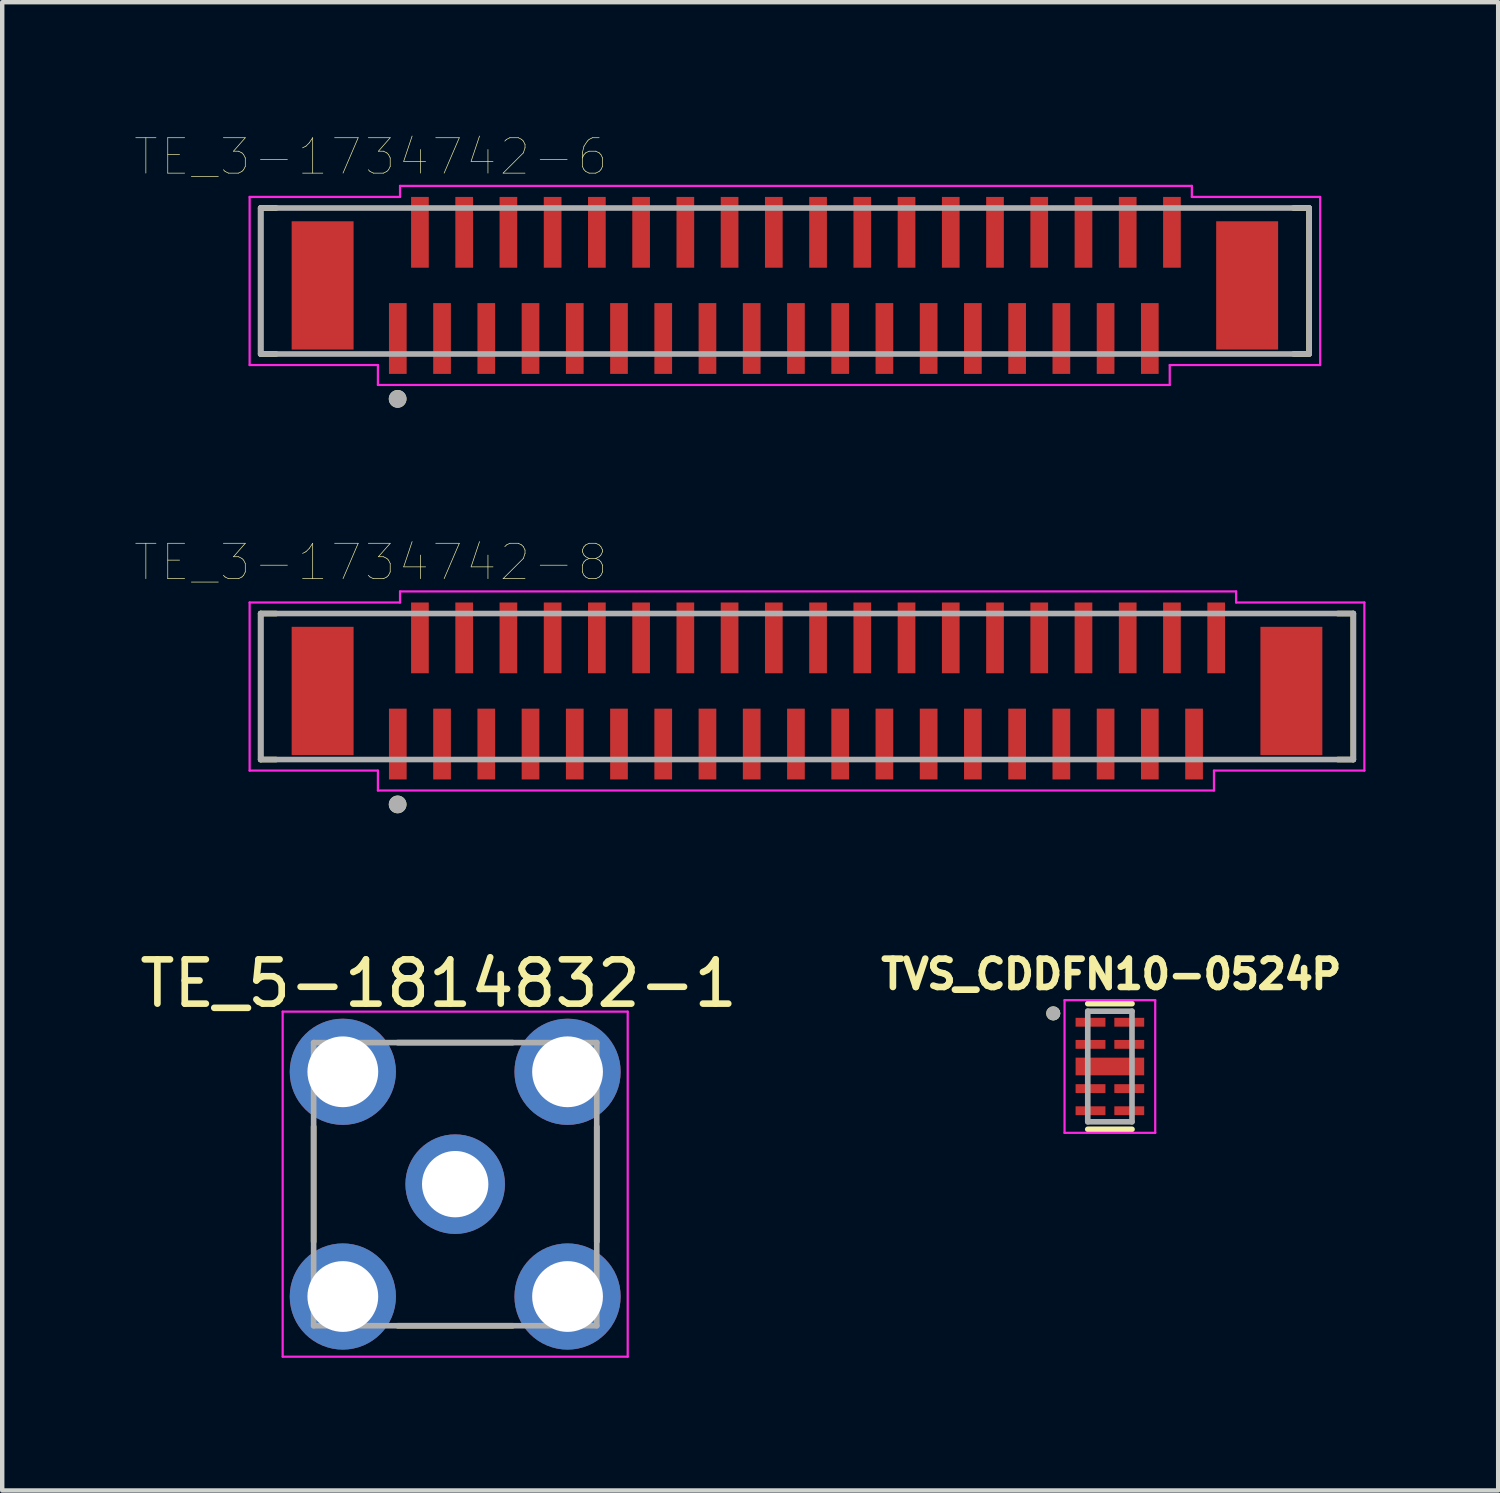
<source format=kicad_pcb>
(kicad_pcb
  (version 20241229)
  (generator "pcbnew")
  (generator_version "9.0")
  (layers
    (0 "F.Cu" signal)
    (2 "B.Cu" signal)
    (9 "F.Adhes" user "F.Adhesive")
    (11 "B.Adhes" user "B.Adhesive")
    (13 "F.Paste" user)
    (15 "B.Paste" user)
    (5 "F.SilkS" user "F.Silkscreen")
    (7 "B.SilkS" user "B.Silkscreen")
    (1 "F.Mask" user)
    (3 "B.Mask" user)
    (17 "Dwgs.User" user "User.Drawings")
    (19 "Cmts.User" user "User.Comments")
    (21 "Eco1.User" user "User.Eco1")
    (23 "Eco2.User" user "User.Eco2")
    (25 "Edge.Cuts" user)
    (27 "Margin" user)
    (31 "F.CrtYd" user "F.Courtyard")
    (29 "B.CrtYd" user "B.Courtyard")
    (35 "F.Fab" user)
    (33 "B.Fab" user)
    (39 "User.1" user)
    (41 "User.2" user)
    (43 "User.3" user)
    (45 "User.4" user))
  (footprint "TE_3-1734742-6"
    (layer "F.Cu")
    (at 14.693 3.402)
    (property "Reference" "TE_3-1734742-6" (at -9.36 -2.908 0) (layer "F.SilkS") (effects (font (size 0.8 0.8) (thickness 0.015))))
    (attr through_hole)
    (fp_line (start -11.85 -1.75) (end -11.85 1.55) (stroke (width 0.127) (type solid)) (layer "F.SilkS"))
    (fp_line (start -11.85 1.55) (end -11.5 1.55) (stroke (width 0.127) (type solid)) (layer "F.SilkS"))
    (fp_line (start -11.5 -1.75) (end -11.85 -1.75) (stroke (width 0.127) (type solid)) (layer "F.SilkS"))
    (fp_line (start 11.5 -1.75) (end 11.85 -1.75) (stroke (width 0.127) (type solid)) (layer "F.SilkS"))
    (fp_line (start 11.85 -1.75) (end 11.85 1.55) (stroke (width 0.127) (type solid)) (layer "F.SilkS"))
    (fp_line (start 11.85 1.55) (end 11.5 1.55) (stroke (width 0.127) (type solid)) (layer "F.SilkS"))
    (fp_circle (center -8.754 2.565) (end -8.654 2.565) (stroke (width 0.2) (type solid)) (fill no) (layer "F.SilkS"))
    (fp_line (start -12.1 -2) (end -8.7 -2) (stroke (width 0.05) (type solid)) (layer "F.CrtYd"))
    (fp_line (start -12.1 1.8) (end -12.1 -2) (stroke (width 0.05) (type solid)) (layer "F.CrtYd"))
    (fp_line (start -9.2 1.8) (end -12.1 1.8) (stroke (width 0.05) (type solid)) (layer "F.CrtYd"))
    (fp_line (start -9.2 2.25) (end -9.2 1.8) (stroke (width 0.05) (type solid)) (layer "F.CrtYd"))
    (fp_line (start -8.7 -2.25) (end 9.2 -2.25) (stroke (width 0.05) (type solid)) (layer "F.CrtYd"))
    (fp_line (start -8.7 -2) (end -8.7 -2.25) (stroke (width 0.05) (type solid)) (layer "F.CrtYd"))
    (fp_line (start 8.7 1.8) (end 8.7 2.25) (stroke (width 0.05) (type solid)) (layer "F.CrtYd"))
    (fp_line (start 8.7 2.25) (end -9.2 2.25) (stroke (width 0.05) (type solid)) (layer "F.CrtYd"))
    (fp_line (start 9.2 -2.25) (end 9.2 -2) (stroke (width 0.05) (type solid)) (layer "F.CrtYd"))
    (fp_line (start 9.2 -2) (end 12.1 -2) (stroke (width 0.05) (type solid)) (layer "F.CrtYd"))
    (fp_line (start 12.1 -2) (end 12.1 1.8) (stroke (width 0.05) (type solid)) (layer "F.CrtYd"))
    (fp_line (start 12.1 1.8) (end 8.7 1.8) (stroke (width 0.05) (type solid)) (layer "F.CrtYd"))
    (fp_line (start -11.85 -1.75) (end 11.85 -1.75) (stroke (width 0.127) (type solid)) (layer "F.Fab"))
    (fp_line (start -11.85 1.55) (end -11.85 -1.75) (stroke (width 0.127) (type solid)) (layer "F.Fab"))
    (fp_line (start 11.85 -1.75) (end 11.85 1.55) (stroke (width 0.127) (type solid)) (layer "F.Fab"))
    (fp_line (start 11.85 1.55) (end -11.85 1.55) (stroke (width 0.127) (type solid)) (layer "F.Fab"))
    (fp_circle (center -8.754 2.565) (end -8.654 2.565) (stroke (width 0.2) (type solid)) (fill no) (layer "F.Fab"))
    (pad "1" smd rect (at -8.75 1.2) (size 0.4 1.6) (layers "F.Cu" "F.Mask" "F.Paste"))
    (pad "2" smd rect (at -8.25 -1.2) (size 0.4 1.6) (layers "F.Cu" "F.Mask" "F.Paste"))
    (pad "3" smd rect (at -7.75 1.2) (size 0.4 1.6) (layers "F.Cu" "F.Mask" "F.Paste"))
    (pad "4" smd rect (at -7.25 -1.2) (size 0.4 1.6) (layers "F.Cu" "F.Mask" "F.Paste"))
    (pad "5" smd rect (at -6.75 1.2) (size 0.4 1.6) (layers "F.Cu" "F.Mask" "F.Paste"))
    (pad "6" smd rect (at -6.25 -1.2) (size 0.4 1.6) (layers "F.Cu" "F.Mask" "F.Paste"))
    (pad "7" smd rect (at -5.75 1.2) (size 0.4 1.6) (layers "F.Cu" "F.Mask" "F.Paste"))
    (pad "8" smd rect (at -5.25 -1.2) (size 0.4 1.6) (layers "F.Cu" "F.Mask" "F.Paste"))
    (pad "9" smd rect (at -4.75 1.2) (size 0.4 1.6) (layers "F.Cu" "F.Mask" "F.Paste"))
    (pad "10" smd rect (at -4.25 -1.2) (size 0.4 1.6) (layers "F.Cu" "F.Mask" "F.Paste"))
    (pad "11" smd rect (at -3.75 1.2) (size 0.4 1.6) (layers "F.Cu" "F.Mask" "F.Paste"))
    (pad "12" smd rect (at -3.25 -1.2) (size 0.4 1.6) (layers "F.Cu" "F.Mask" "F.Paste"))
    (pad "13" smd rect (at -2.75 1.2) (size 0.4 1.6) (layers "F.Cu" "F.Mask" "F.Paste"))
    (pad "14" smd rect (at -2.25 -1.2) (size 0.4 1.6) (layers "F.Cu" "F.Mask" "F.Paste"))
    (pad "15" smd rect (at -1.75 1.2) (size 0.4 1.6) (layers "F.Cu" "F.Mask" "F.Paste"))
    (pad "16" smd rect (at -1.25 -1.2) (size 0.4 1.6) (layers "F.Cu" "F.Mask" "F.Paste"))
    (pad "17" smd rect (at -0.75 1.2) (size 0.4 1.6) (layers "F.Cu" "F.Mask" "F.Paste"))
    (pad "18" smd rect (at -0.25 -1.2) (size 0.4 1.6) (layers "F.Cu" "F.Mask" "F.Paste"))
    (pad "19" smd rect (at 0.25 1.2) (size 0.4 1.6) (layers "F.Cu" "F.Mask" "F.Paste"))
    (pad "20" smd rect (at 0.75 -1.2) (size 0.4 1.6) (layers "F.Cu" "F.Mask" "F.Paste"))
    (pad "21" smd rect (at 1.25 1.2) (size 0.4 1.6) (layers "F.Cu" "F.Mask" "F.Paste"))
    (pad "22" smd rect (at 1.75 -1.2) (size 0.4 1.6) (layers "F.Cu" "F.Mask" "F.Paste"))
    (pad "23" smd rect (at 2.25 1.2) (size 0.4 1.6) (layers "F.Cu" "F.Mask" "F.Paste"))
    (pad "24" smd rect (at 2.75 -1.2) (size 0.4 1.6) (layers "F.Cu" "F.Mask" "F.Paste"))
    (pad "25" smd rect (at 3.25 1.2) (size 0.4 1.6) (layers "F.Cu" "F.Mask" "F.Paste"))
    (pad "26" smd rect (at 3.75 -1.2) (size 0.4 1.6) (layers "F.Cu" "F.Mask" "F.Paste"))
    (pad "27" smd rect (at 4.25 1.2) (size 0.4 1.6) (layers "F.Cu" "F.Mask" "F.Paste"))
    (pad "28" smd rect (at 4.75 -1.2) (size 0.4 1.6) (layers "F.Cu" "F.Mask" "F.Paste"))
    (pad "29" smd rect (at 5.25 1.2) (size 0.4 1.6) (layers "F.Cu" "F.Mask" "F.Paste"))
    (pad "30" smd rect (at 5.75 -1.2) (size 0.4 1.6) (layers "F.Cu" "F.Mask" "F.Paste"))
    (pad "31" smd rect (at 6.25 1.2) (size 0.4 1.6) (layers "F.Cu" "F.Mask" "F.Paste"))
    (pad "32" smd rect (at 6.75 -1.2) (size 0.4 1.6) (layers "F.Cu" "F.Mask" "F.Paste"))
    (pad "33" smd rect (at 7.25 1.2) (size 0.4 1.6) (layers "F.Cu" "F.Mask" "F.Paste"))
    (pad "34" smd rect (at 7.75 -1.2) (size 0.4 1.6) (layers "F.Cu" "F.Mask" "F.Paste"))
    (pad "35" smd rect (at 8.25 1.2) (size 0.4 1.6) (layers "F.Cu" "F.Mask" "F.Paste"))
    (pad "36" smd rect (at 8.75 -1.2) (size 0.4 1.6) (layers "F.Cu" "F.Mask" "F.Paste"))
    (pad "S1" smd rect (at -10.45 0) (size 1.4 2.9) (layers "F.Cu" "F.Mask" "F.Paste"))
    (pad "S2" smd rect (at 10.45 0) (size 1.4 2.9) (layers "F.Cu" "F.Mask" "F.Paste")))
  (footprint "TE_5-1814832-1"
    (layer "F.Cu")
    (at 7.24 23.719)
    (property "Reference" "TE_5-1814832-1" (at -0.375 -4.536 0) (layer "F.SilkS") (effects (font (size 1 1) (thickness 0.15))))
    (attr through_hole)
    (fp_line (start -3.2 1.3) (end -3.2 -1.3) (stroke (width 0.127) (type solid)) (layer "F.SilkS"))
    (fp_line (start -1.3 -3.2) (end 1.3 -3.2) (stroke (width 0.127) (type solid)) (layer "F.SilkS"))
    (fp_line (start 1.3 3.2) (end -1.3 3.2) (stroke (width 0.127) (type solid)) (layer "F.SilkS"))
    (fp_line (start 3.2 1.3) (end 3.2 -1.3) (stroke (width 0.127) (type solid)) (layer "F.SilkS"))
    (fp_line (start -3.9 -3.9) (end 3.9 -3.9) (stroke (width 0.05) (type solid)) (layer "F.CrtYd"))
    (fp_line (start -3.9 3.9) (end -3.9 -3.9) (stroke (width 0.05) (type solid)) (layer "F.CrtYd"))
    (fp_line (start 3.9 -3.9) (end 3.9 3.9) (stroke (width 0.05) (type solid)) (layer "F.CrtYd"))
    (fp_line (start 3.9 3.9) (end -3.9 3.9) (stroke (width 0.05) (type solid)) (layer "F.CrtYd"))
    (fp_line (start -3.2 -3.2) (end 3.2 -3.2) (stroke (width 0.127) (type solid)) (layer "F.Fab"))
    (fp_line (start -3.2 3.2) (end -3.2 -3.2) (stroke (width 0.127) (type solid)) (layer "F.Fab"))
    (fp_line (start 3.2 -3.2) (end 3.2 3.2) (stroke (width 0.127) (type solid)) (layer "F.Fab"))
    (fp_line (start 3.2 3.2) (end -3.2 3.2) (stroke (width 0.127) (type solid)) (layer "F.Fab"))
    (pad "1" thru_hole circle (at 0 0) (size 2.25 2.25) (drill 1.5) (layers "*.Cu" "*.Mask"))
    (pad "2" thru_hole circle (at -2.54 -2.54) (size 2.4 2.4) (drill 1.6) (layers "*.Cu" "*.Mask"))
    (pad "3" thru_hole circle (at 2.54 -2.54) (size 2.4 2.4) (drill 1.6) (layers "*.Cu" "*.Mask"))
    (pad "4" thru_hole circle (at -2.54 2.54) (size 2.4 2.4) (drill 1.6) (layers "*.Cu" "*.Mask"))
    (pad "5" thru_hole circle (at 2.54 2.54) (size 2.4 2.4) (drill 1.6) (layers "*.Cu" "*.Mask")))
  (footprint "TE_3-1734742-8"
    (layer "F.Cu")
    (at 15.193 12.57)
    (property "Reference" "TE_3-1734742-8" (at -9.86 -2.908 0) (layer "F.SilkS") (effects (font (size 0.8 0.8) (thickness 0.015))))
    (attr through_hole)
    (fp_line (start -12.35 -1.75) (end -12.35 1.55) (stroke (width 0.127) (type solid)) (layer "F.SilkS"))
    (fp_line (start -12.35 1.55) (end -12 1.55) (stroke (width 0.127) (type solid)) (layer "F.SilkS"))
    (fp_line (start -12 -1.75) (end -12.35 -1.75) (stroke (width 0.127) (type solid)) (layer "F.SilkS"))
    (fp_line (start 12 -1.75) (end 12.35 -1.75) (stroke (width 0.127) (type solid)) (layer "F.SilkS"))
    (fp_line (start 12.35 -1.75) (end 12.35 1.55) (stroke (width 0.127) (type solid)) (layer "F.SilkS"))
    (fp_line (start 12.35 1.55) (end 12 1.55) (stroke (width 0.127) (type solid)) (layer "F.SilkS"))
    (fp_circle (center -9.254 2.565) (end -9.154 2.565) (stroke (width 0.2) (type solid)) (fill no) (layer "F.SilkS"))
    (fp_line (start -12.6 -2) (end -9.2 -2) (stroke (width 0.05) (type solid)) (layer "F.CrtYd"))
    (fp_line (start -12.6 1.8) (end -12.6 -2) (stroke (width 0.05) (type solid)) (layer "F.CrtYd"))
    (fp_line (start -9.7 1.8) (end -12.6 1.8) (stroke (width 0.05) (type solid)) (layer "F.CrtYd"))
    (fp_line (start -9.7 2.25) (end -9.7 1.8) (stroke (width 0.05) (type solid)) (layer "F.CrtYd"))
    (fp_line (start -9.2 -2.25) (end 9.7 -2.25) (stroke (width 0.05) (type solid)) (layer "F.CrtYd"))
    (fp_line (start -9.2 -2) (end -9.2 -2.25) (stroke (width 0.05) (type solid)) (layer "F.CrtYd"))
    (fp_line (start 9.2 1.8) (end 9.2 2.25) (stroke (width 0.05) (type solid)) (layer "F.CrtYd"))
    (fp_line (start 9.2 2.25) (end -9.7 2.25) (stroke (width 0.05) (type solid)) (layer "F.CrtYd"))
    (fp_line (start 9.7 -2.25) (end 9.7 -2) (stroke (width 0.05) (type solid)) (layer "F.CrtYd"))
    (fp_line (start 9.7 -2) (end 12.6 -2) (stroke (width 0.05) (type solid)) (layer "F.CrtYd"))
    (fp_line (start 12.6 -2) (end 12.6 1.8) (stroke (width 0.05) (type solid)) (layer "F.CrtYd"))
    (fp_line (start 12.6 1.8) (end 9.2 1.8) (stroke (width 0.05) (type solid)) (layer "F.CrtYd"))
    (fp_line (start -12.35 -1.75) (end 12.35 -1.75) (stroke (width 0.127) (type solid)) (layer "F.Fab"))
    (fp_line (start -12.35 1.55) (end -12.35 -1.75) (stroke (width 0.127) (type solid)) (layer "F.Fab"))
    (fp_line (start 12.35 -1.75) (end 12.35 1.55) (stroke (width 0.127) (type solid)) (layer "F.Fab"))
    (fp_line (start 12.35 1.55) (end -12.35 1.55) (stroke (width 0.127) (type solid)) (layer "F.Fab"))
    (fp_circle (center -9.254 2.565) (end -9.154 2.565) (stroke (width 0.2) (type solid)) (fill no) (layer "F.Fab"))
    (pad "1" smd rect (at -9.25 1.2) (size 0.4 1.6) (layers "F.Cu" "F.Mask" "F.Paste"))
    (pad "2" smd rect (at -8.75 -1.2) (size 0.4 1.6) (layers "F.Cu" "F.Mask" "F.Paste"))
    (pad "3" smd rect (at -8.25 1.2) (size 0.4 1.6) (layers "F.Cu" "F.Mask" "F.Paste"))
    (pad "4" smd rect (at -7.75 -1.2) (size 0.4 1.6) (layers "F.Cu" "F.Mask" "F.Paste"))
    (pad "5" smd rect (at -7.25 1.2) (size 0.4 1.6) (layers "F.Cu" "F.Mask" "F.Paste"))
    (pad "6" smd rect (at -6.75 -1.2) (size 0.4 1.6) (layers "F.Cu" "F.Mask" "F.Paste"))
    (pad "7" smd rect (at -6.25 1.2) (size 0.4 1.6) (layers "F.Cu" "F.Mask" "F.Paste"))
    (pad "8" smd rect (at -5.75 -1.2) (size 0.4 1.6) (layers "F.Cu" "F.Mask" "F.Paste"))
    (pad "9" smd rect (at -5.25 1.2) (size 0.4 1.6) (layers "F.Cu" "F.Mask" "F.Paste"))
    (pad "10" smd rect (at -4.75 -1.2) (size 0.4 1.6) (layers "F.Cu" "F.Mask" "F.Paste"))
    (pad "11" smd rect (at -4.25 1.2) (size 0.4 1.6) (layers "F.Cu" "F.Mask" "F.Paste"))
    (pad "12" smd rect (at -3.75 -1.2) (size 0.4 1.6) (layers "F.Cu" "F.Mask" "F.Paste"))
    (pad "13" smd rect (at -3.25 1.2) (size 0.4 1.6) (layers "F.Cu" "F.Mask" "F.Paste"))
    (pad "14" smd rect (at -2.75 -1.2) (size 0.4 1.6) (layers "F.Cu" "F.Mask" "F.Paste"))
    (pad "15" smd rect (at -2.25 1.2) (size 0.4 1.6) (layers "F.Cu" "F.Mask" "F.Paste"))
    (pad "16" smd rect (at -1.75 -1.2) (size 0.4 1.6) (layers "F.Cu" "F.Mask" "F.Paste"))
    (pad "17" smd rect (at -1.25 1.2) (size 0.4 1.6) (layers "F.Cu" "F.Mask" "F.Paste"))
    (pad "18" smd rect (at -0.75 -1.2) (size 0.4 1.6) (layers "F.Cu" "F.Mask" "F.Paste"))
    (pad "19" smd rect (at -0.25 1.2) (size 0.4 1.6) (layers "F.Cu" "F.Mask" "F.Paste"))
    (pad "20" smd rect (at 0.25 -1.2) (size 0.4 1.6) (layers "F.Cu" "F.Mask" "F.Paste"))
    (pad "21" smd rect (at 0.75 1.2) (size 0.4 1.6) (layers "F.Cu" "F.Mask" "F.Paste"))
    (pad "22" smd rect (at 1.25 -1.2) (size 0.4 1.6) (layers "F.Cu" "F.Mask" "F.Paste"))
    (pad "23" smd rect (at 1.75 1.2) (size 0.4 1.6) (layers "F.Cu" "F.Mask" "F.Paste"))
    (pad "24" smd rect (at 2.25 -1.2) (size 0.4 1.6) (layers "F.Cu" "F.Mask" "F.Paste"))
    (pad "25" smd rect (at 2.75 1.2) (size 0.4 1.6) (layers "F.Cu" "F.Mask" "F.Paste"))
    (pad "26" smd rect (at 3.25 -1.2) (size 0.4 1.6) (layers "F.Cu" "F.Mask" "F.Paste"))
    (pad "27" smd rect (at 3.75 1.2) (size 0.4 1.6) (layers "F.Cu" "F.Mask" "F.Paste"))
    (pad "28" smd rect (at 4.25 -1.2) (size 0.4 1.6) (layers "F.Cu" "F.Mask" "F.Paste"))
    (pad "29" smd rect (at 4.75 1.2) (size 0.4 1.6) (layers "F.Cu" "F.Mask" "F.Paste"))
    (pad "30" smd rect (at 5.25 -1.2) (size 0.4 1.6) (layers "F.Cu" "F.Mask" "F.Paste"))
    (pad "31" smd rect (at 5.75 1.2) (size 0.4 1.6) (layers "F.Cu" "F.Mask" "F.Paste"))
    (pad "32" smd rect (at 6.25 -1.2) (size 0.4 1.6) (layers "F.Cu" "F.Mask" "F.Paste"))
    (pad "33" smd rect (at 6.75 1.2) (size 0.4 1.6) (layers "F.Cu" "F.Mask" "F.Paste"))
    (pad "34" smd rect (at 7.25 -1.2) (size 0.4 1.6) (layers "F.Cu" "F.Mask" "F.Paste"))
    (pad "35" smd rect (at 7.75 1.2) (size 0.4 1.6) (layers "F.Cu" "F.Mask" "F.Paste"))
    (pad "36" smd rect (at 8.25 -1.2) (size 0.4 1.6) (layers "F.Cu" "F.Mask" "F.Paste"))
    (pad "37" smd rect (at 8.75 1.2) (size 0.4 1.6) (layers "F.Cu" "F.Mask" "F.Paste"))
    (pad "38" smd rect (at 9.25 -1.2) (size 0.4 1.6) (layers "F.Cu" "F.Mask" "F.Paste"))
    (pad "S1" smd rect (at -10.95 0) (size 1.4 2.9) (layers "F.Cu" "F.Mask" "F.Paste"))
    (pad "S2" smd rect (at 10.95 0) (size 1.4 2.9) (layers "F.Cu" "F.Mask" "F.Paste")))
  (footprint "TVS_CDDFN10-0524P"
    (layer "F.Cu")
    (at 22.04 21.059)
    (property "Reference" "TVS_CDDFN10-0524P" (at 0.032 -2.086 0) (layer "F.SilkS") (effects (font (size 0.64 0.64) (thickness 0.15))))
    (attr through_hole)
    (fp_line (start -0.5 -1.42) (end 0.5 -1.42) (stroke (width 0.127) (type solid)) (layer "F.SilkS"))
    (fp_line (start -0.5 1.42) (end 0.5 1.42) (stroke (width 0.127) (type solid)) (layer "F.SilkS"))
    (fp_circle (center -1.28 -1.2) (end -1.2 -1.2) (stroke (width 0.16) (type solid)) (fill no) (layer "F.SilkS"))
    (fp_poly (pts (xy -0.49 -0.126) (xy 0.49 -0.126) (xy 0.49 0.126) (xy -0.49 0.126)) (stroke (width 0.01) (type solid)) (fill yes) (layer "F.Paste"))
    (fp_line (start -1.025 -1.5) (end 1.025 -1.5) (stroke (width 0.05) (type solid)) (layer "F.CrtYd"))
    (fp_line (start -1.025 1.5) (end -1.025 -1.5) (stroke (width 0.05) (type solid)) (layer "F.CrtYd"))
    (fp_line (start 1.025 -1.5) (end 1.025 1.5) (stroke (width 0.05) (type solid)) (layer "F.CrtYd"))
    (fp_line (start 1.025 1.5) (end -1.025 1.5) (stroke (width 0.05) (type solid)) (layer "F.CrtYd"))
    (fp_line (start -0.5 -1.25) (end -0.5 1.25) (stroke (width 0.127) (type solid)) (layer "F.Fab"))
    (fp_line (start -0.5 1.25) (end 0.5 1.25) (stroke (width 0.127) (type solid)) (layer "F.Fab"))
    (fp_line (start 0.5 -1.25) (end -0.5 -1.25) (stroke (width 0.127) (type solid)) (layer "F.Fab"))
    (fp_line (start 0.5 1.25) (end 0.5 -1.25) (stroke (width 0.127) (type solid)) (layer "F.Fab"))
    (fp_circle (center -1.28 -1.2) (end -1.2 -1.2) (stroke (width 0.16) (type solid)) (fill no) (layer "F.Fab"))
    (pad "1" smd rect (at -0.438 -1) (size 0.675 0.2) (layers "F.Cu" "F.Mask" "F.Paste"))
    (pad "2" smd rect (at -0.438 -0.5) (size 0.675 0.2) (layers "F.Cu" "F.Mask" "F.Paste"))
    (pad "3_8" smd rect (at 0 0) (size 1.55 0.4) (layers "F.Cu" "F.Mask"))
    (pad "4" smd rect (at -0.438 0.5) (size 0.675 0.2) (layers "F.Cu" "F.Mask" "F.Paste"))
    (pad "5" smd rect (at -0.438 1) (size 0.675 0.2) (layers "F.Cu" "F.Mask" "F.Paste"))
    (pad "6" smd rect (at 0.438 1) (size 0.675 0.2) (layers "F.Cu" "F.Mask" "F.Paste"))
    (pad "7" smd rect (at 0.438 0.5) (size 0.675 0.2) (layers "F.Cu" "F.Mask" "F.Paste"))
    (pad "9" smd rect (at 0.438 -0.5) (size 0.675 0.2) (layers "F.Cu" "F.Mask" "F.Paste"))
    (pad "10" smd rect (at 0.438 -1) (size 0.675 0.2) (layers "F.Cu" "F.Mask" "F.Paste")))
  (gr_rect
    (start -3 -3)
    (end 30.818 30.644)
    (stroke (width 0.1) (type default))
    (fill no)
    (layer "Edge.Cuts")))
</source>
